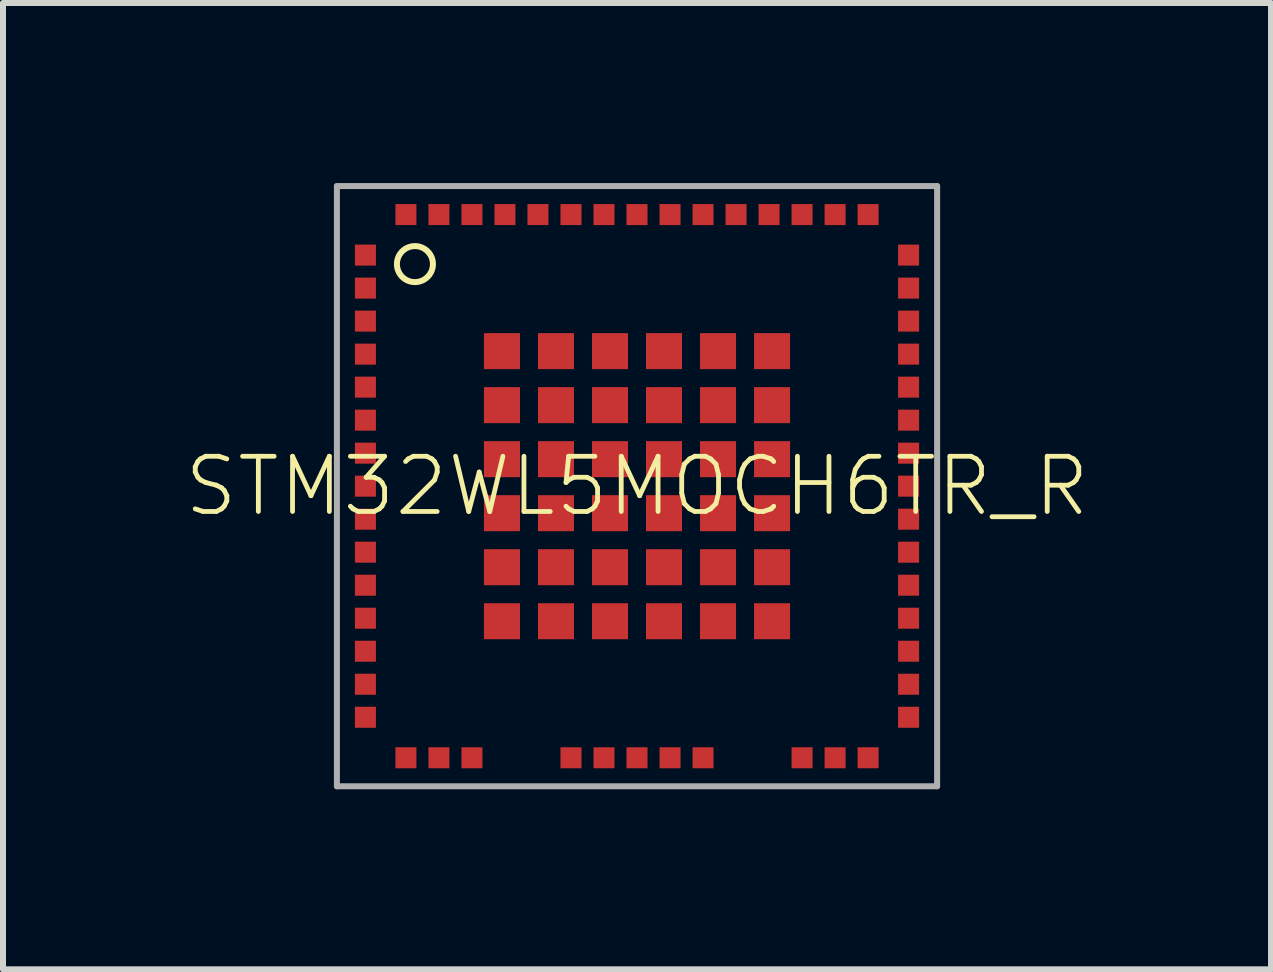
<source format=kicad_pcb>
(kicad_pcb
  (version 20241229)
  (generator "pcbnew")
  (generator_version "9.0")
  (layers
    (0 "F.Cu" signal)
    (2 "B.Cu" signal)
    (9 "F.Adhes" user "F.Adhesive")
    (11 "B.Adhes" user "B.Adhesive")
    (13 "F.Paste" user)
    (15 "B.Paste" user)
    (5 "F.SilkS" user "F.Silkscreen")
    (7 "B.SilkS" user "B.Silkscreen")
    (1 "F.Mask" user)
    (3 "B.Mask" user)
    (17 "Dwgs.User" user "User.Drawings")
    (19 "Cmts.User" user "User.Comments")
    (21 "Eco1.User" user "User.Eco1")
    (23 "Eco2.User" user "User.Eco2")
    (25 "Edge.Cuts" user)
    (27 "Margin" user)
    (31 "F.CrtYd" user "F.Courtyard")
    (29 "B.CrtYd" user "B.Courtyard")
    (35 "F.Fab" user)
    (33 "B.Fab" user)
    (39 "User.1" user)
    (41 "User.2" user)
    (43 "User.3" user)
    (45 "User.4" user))
  (footprint "STM32WL5MOCH6TR_R"
    (layer "F.Cu")
    (at 7.563 5.05)
    (property "Reference" "STM32WL5MOCH6TR_R" (at 0 0 0) (unlocked yes) (layer "F.SilkS") (effects (font (size 0.92 0.92) (thickness 0.08))))
    (fp_circle (center -3.7 -3.7) (end -3.4 -3.7) (stroke (width 0.1) (type solid)) (fill no) (layer "F.SilkS"))
    (fp_poly (pts (xy -4.35 -3.675) (xy -4.7 -3.675) (xy -4.7 -4.025) (xy -4.35 -4.025)) (stroke (width 0) (type default)) (fill yes) (layer "F.Paste"))
    (fp_poly (pts (xy -4.35 -3.125) (xy -4.7 -3.125) (xy -4.7 -3.475) (xy -4.35 -3.475)) (stroke (width 0) (type default)) (fill yes) (layer "F.Paste"))
    (fp_poly (pts (xy -4.35 -2.575) (xy -4.7 -2.575) (xy -4.7 -2.925) (xy -4.35 -2.925)) (stroke (width 0) (type default)) (fill yes) (layer "F.Paste"))
    (fp_poly (pts (xy -4.35 -2.025) (xy -4.7 -2.025) (xy -4.7 -2.375) (xy -4.35 -2.375)) (stroke (width 0) (type default)) (fill yes) (layer "F.Paste"))
    (fp_poly (pts (xy -4.35 -1.475) (xy -4.7 -1.475) (xy -4.7 -1.825) (xy -4.35 -1.825)) (stroke (width 0) (type default)) (fill yes) (layer "F.Paste"))
    (fp_poly (pts (xy -4.35 -0.925) (xy -4.7 -0.925) (xy -4.7 -1.275) (xy -4.35 -1.275)) (stroke (width 0) (type default)) (fill yes) (layer "F.Paste"))
    (fp_poly (pts (xy -4.35 -0.375) (xy -4.7 -0.375) (xy -4.7 -0.725) (xy -4.35 -0.725)) (stroke (width 0) (type default)) (fill yes) (layer "F.Paste"))
    (fp_poly (pts (xy -4.35 0.175) (xy -4.7 0.175) (xy -4.7 -0.175) (xy -4.35 -0.175)) (stroke (width 0) (type default)) (fill yes) (layer "F.Paste"))
    (fp_poly (pts (xy -4.35 0.725) (xy -4.7 0.725) (xy -4.7 0.375) (xy -4.35 0.375)) (stroke (width 0) (type default)) (fill yes) (layer "F.Paste"))
    (fp_poly (pts (xy -4.35 1.275) (xy -4.7 1.275) (xy -4.7 0.925) (xy -4.35 0.925)) (stroke (width 0) (type default)) (fill yes) (layer "F.Paste"))
    (fp_poly (pts (xy -4.35 1.825) (xy -4.7 1.825) (xy -4.7 1.475) (xy -4.35 1.475)) (stroke (width 0) (type default)) (fill yes) (layer "F.Paste"))
    (fp_poly (pts (xy -4.35 2.375) (xy -4.7 2.375) (xy -4.7 2.025) (xy -4.35 2.025)) (stroke (width 0) (type default)) (fill yes) (layer "F.Paste"))
    (fp_poly (pts (xy -4.35 2.925) (xy -4.7 2.925) (xy -4.7 2.575) (xy -4.35 2.575)) (stroke (width 0) (type default)) (fill yes) (layer "F.Paste"))
    (fp_poly (pts (xy -4.35 3.475) (xy -4.7 3.475) (xy -4.7 3.125) (xy -4.35 3.125)) (stroke (width 0) (type default)) (fill yes) (layer "F.Paste"))
    (fp_poly (pts (xy -4.35 4.025) (xy -4.7 4.025) (xy -4.7 3.675) (xy -4.35 3.675)) (stroke (width 0) (type default)) (fill yes) (layer "F.Paste"))
    (fp_poly (pts (xy -3.675 -4.35) (xy -4.025 -4.35) (xy -4.025 -4.7) (xy -3.675 -4.7)) (stroke (width 0) (type default)) (fill yes) (layer "F.Paste"))
    (fp_poly (pts (xy -3.675 4.7) (xy -4.025 4.7) (xy -4.025 4.35) (xy -3.675 4.35)) (stroke (width 0) (type default)) (fill yes) (layer "F.Paste"))
    (fp_poly (pts (xy -3.125 -4.35) (xy -3.475 -4.35) (xy -3.475 -4.7) (xy -3.125 -4.7)) (stroke (width 0) (type default)) (fill yes) (layer "F.Paste"))
    (fp_poly (pts (xy -3.125 4.7) (xy -3.475 4.7) (xy -3.475 4.35) (xy -3.125 4.35)) (stroke (width 0) (type default)) (fill yes) (layer "F.Paste"))
    (fp_poly (pts (xy -2.575 -4.35) (xy -2.925 -4.35) (xy -2.925 -4.7) (xy -2.575 -4.7)) (stroke (width 0) (type default)) (fill yes) (layer "F.Paste"))
    (fp_poly (pts (xy -2.575 4.7) (xy -2.925 4.7) (xy -2.925 4.35) (xy -2.575 4.35)) (stroke (width 0) (type default)) (fill yes) (layer "F.Paste"))
    (fp_poly (pts (xy -2.025 -4.35) (xy -2.375 -4.35) (xy -2.375 -4.7) (xy -2.025 -4.7)) (stroke (width 0) (type default)) (fill yes) (layer "F.Paste"))
    (fp_poly (pts (xy -1.95 -1.95) (xy -2.55 -1.95) (xy -2.55 -2.55) (xy -1.95 -2.55)) (stroke (width 0) (type default)) (fill yes) (layer "F.Paste"))
    (fp_poly (pts (xy -1.95 -1.05) (xy -2.55 -1.05) (xy -2.55 -1.65) (xy -1.95 -1.65)) (stroke (width 0) (type default)) (fill yes) (layer "F.Paste"))
    (fp_poly (pts (xy -1.95 -0.15) (xy -2.55 -0.15) (xy -2.55 -0.75) (xy -1.95 -0.75)) (stroke (width 0) (type default)) (fill yes) (layer "F.Paste"))
    (fp_poly (pts (xy -1.95 0.75) (xy -2.55 0.75) (xy -2.55 0.15) (xy -1.95 0.15)) (stroke (width 0) (type default)) (fill yes) (layer "F.Paste"))
    (fp_poly (pts (xy -1.95 1.65) (xy -2.55 1.65) (xy -2.55 1.05) (xy -1.95 1.05)) (stroke (width 0) (type default)) (fill yes) (layer "F.Paste"))
    (fp_poly (pts (xy -1.95 2.55) (xy -2.55 2.55) (xy -2.55 1.95) (xy -1.95 1.95)) (stroke (width 0) (type default)) (fill yes) (layer "F.Paste"))
    (fp_poly (pts (xy -1.475 -4.35) (xy -1.825 -4.35) (xy -1.825 -4.7) (xy -1.475 -4.7)) (stroke (width 0) (type default)) (fill yes) (layer "F.Paste"))
    (fp_poly (pts (xy -1.05 -1.95) (xy -1.65 -1.95) (xy -1.65 -2.55) (xy -1.05 -2.55)) (stroke (width 0) (type default)) (fill yes) (layer "F.Paste"))
    (fp_poly (pts (xy -1.05 -1.05) (xy -1.65 -1.05) (xy -1.65 -1.65) (xy -1.05 -1.65)) (stroke (width 0) (type default)) (fill yes) (layer "F.Paste"))
    (fp_poly (pts (xy -1.05 -0.15) (xy -1.65 -0.15) (xy -1.65 -0.75) (xy -1.05 -0.75)) (stroke (width 0) (type default)) (fill yes) (layer "F.Paste"))
    (fp_poly (pts (xy -1.05 0.75) (xy -1.65 0.75) (xy -1.65 0.15) (xy -1.05 0.15)) (stroke (width 0) (type default)) (fill yes) (layer "F.Paste"))
    (fp_poly (pts (xy -1.05 1.65) (xy -1.65 1.65) (xy -1.65 1.05) (xy -1.05 1.05)) (stroke (width 0) (type default)) (fill yes) (layer "F.Paste"))
    (fp_poly (pts (xy -1.05 2.55) (xy -1.65 2.55) (xy -1.65 1.95) (xy -1.05 1.95)) (stroke (width 0) (type default)) (fill yes) (layer "F.Paste"))
    (fp_poly (pts (xy -0.925 -4.35) (xy -1.275 -4.35) (xy -1.275 -4.7) (xy -0.925 -4.7)) (stroke (width 0) (type default)) (fill yes) (layer "F.Paste"))
    (fp_poly (pts (xy -0.925 4.7) (xy -1.275 4.7) (xy -1.275 4.35) (xy -0.925 4.35)) (stroke (width 0) (type default)) (fill yes) (layer "F.Paste"))
    (fp_poly (pts (xy -0.375 -4.35) (xy -0.725 -4.35) (xy -0.725 -4.7) (xy -0.375 -4.7)) (stroke (width 0) (type default)) (fill yes) (layer "F.Paste"))
    (fp_poly (pts (xy -0.375 4.7) (xy -0.725 4.7) (xy -0.725 4.35) (xy -0.375 4.35)) (stroke (width 0) (type default)) (fill yes) (layer "F.Paste"))
    (fp_poly (pts (xy -0.15 -1.95) (xy -0.75 -1.95) (xy -0.75 -2.55) (xy -0.15 -2.55)) (stroke (width 0) (type default)) (fill yes) (layer "F.Paste"))
    (fp_poly (pts (xy -0.15 -1.05) (xy -0.75 -1.05) (xy -0.75 -1.65) (xy -0.15 -1.65)) (stroke (width 0) (type default)) (fill yes) (layer "F.Paste"))
    (fp_poly (pts (xy -0.15 -0.15) (xy -0.75 -0.15) (xy -0.75 -0.75) (xy -0.15 -0.75)) (stroke (width 0) (type default)) (fill yes) (layer "F.Paste"))
    (fp_poly (pts (xy -0.15 0.75) (xy -0.75 0.75) (xy -0.75 0.15) (xy -0.15 0.15)) (stroke (width 0) (type default)) (fill yes) (layer "F.Paste"))
    (fp_poly (pts (xy -0.15 1.65) (xy -0.75 1.65) (xy -0.75 1.05) (xy -0.15 1.05)) (stroke (width 0) (type default)) (fill yes) (layer "F.Paste"))
    (fp_poly (pts (xy -0.15 2.55) (xy -0.75 2.55) (xy -0.75 1.95) (xy -0.15 1.95)) (stroke (width 0) (type default)) (fill yes) (layer "F.Paste"))
    (fp_poly (pts (xy 0.175 -4.35) (xy -0.175 -4.35) (xy -0.175 -4.7) (xy 0.175 -4.7)) (stroke (width 0) (type default)) (fill yes) (layer "F.Paste"))
    (fp_poly (pts (xy 0.175 4.7) (xy -0.175 4.7) (xy -0.175 4.35) (xy 0.175 4.35)) (stroke (width 0) (type default)) (fill yes) (layer "F.Paste"))
    (fp_poly (pts (xy 0.725 -4.35) (xy 0.375 -4.35) (xy 0.375 -4.7) (xy 0.725 -4.7)) (stroke (width 0) (type default)) (fill yes) (layer "F.Paste"))
    (fp_poly (pts (xy 0.725 4.7) (xy 0.375 4.7) (xy 0.375 4.35) (xy 0.725 4.35)) (stroke (width 0) (type default)) (fill yes) (layer "F.Paste"))
    (fp_poly (pts (xy 0.75 -1.95) (xy 0.15 -1.95) (xy 0.15 -2.55) (xy 0.75 -2.55)) (stroke (width 0) (type default)) (fill yes) (layer "F.Paste"))
    (fp_poly (pts (xy 0.75 -1.05) (xy 0.15 -1.05) (xy 0.15 -1.65) (xy 0.75 -1.65)) (stroke (width 0) (type default)) (fill yes) (layer "F.Paste"))
    (fp_poly (pts (xy 0.75 -0.15) (xy 0.15 -0.15) (xy 0.15 -0.75) (xy 0.75 -0.75)) (stroke (width 0) (type default)) (fill yes) (layer "F.Paste"))
    (fp_poly (pts (xy 0.75 0.75) (xy 0.15 0.75) (xy 0.15 0.15) (xy 0.75 0.15)) (stroke (width 0) (type default)) (fill yes) (layer "F.Paste"))
    (fp_poly (pts (xy 0.75 1.65) (xy 0.15 1.65) (xy 0.15 1.05) (xy 0.75 1.05)) (stroke (width 0) (type default)) (fill yes) (layer "F.Paste"))
    (fp_poly (pts (xy 0.75 2.55) (xy 0.15 2.55) (xy 0.15 1.95) (xy 0.75 1.95)) (stroke (width 0) (type default)) (fill yes) (layer "F.Paste"))
    (fp_poly (pts (xy 1.275 -4.35) (xy 0.925 -4.35) (xy 0.925 -4.7) (xy 1.275 -4.7)) (stroke (width 0) (type default)) (fill yes) (layer "F.Paste"))
    (fp_poly (pts (xy 1.275 4.7) (xy 0.925 4.7) (xy 0.925 4.35) (xy 1.275 4.35)) (stroke (width 0) (type default)) (fill yes) (layer "F.Paste"))
    (fp_poly (pts (xy 1.65 -1.95) (xy 1.05 -1.95) (xy 1.05 -2.55) (xy 1.65 -2.55)) (stroke (width 0) (type default)) (fill yes) (layer "F.Paste"))
    (fp_poly (pts (xy 1.65 -1.05) (xy 1.05 -1.05) (xy 1.05 -1.65) (xy 1.65 -1.65)) (stroke (width 0) (type default)) (fill yes) (layer "F.Paste"))
    (fp_poly (pts (xy 1.65 -0.15) (xy 1.05 -0.15) (xy 1.05 -0.75) (xy 1.65 -0.75)) (stroke (width 0) (type default)) (fill yes) (layer "F.Paste"))
    (fp_poly (pts (xy 1.65 0.75) (xy 1.05 0.75) (xy 1.05 0.15) (xy 1.65 0.15)) (stroke (width 0) (type default)) (fill yes) (layer "F.Paste"))
    (fp_poly (pts (xy 1.65 1.65) (xy 1.05 1.65) (xy 1.05 1.05) (xy 1.65 1.05)) (stroke (width 0) (type default)) (fill yes) (layer "F.Paste"))
    (fp_poly (pts (xy 1.65 2.55) (xy 1.05 2.55) (xy 1.05 1.95) (xy 1.65 1.95)) (stroke (width 0) (type default)) (fill yes) (layer "F.Paste"))
    (fp_poly (pts (xy 1.825 -4.35) (xy 1.475 -4.35) (xy 1.475 -4.7) (xy 1.825 -4.7)) (stroke (width 0) (type default)) (fill yes) (layer "F.Paste"))
    (fp_poly (pts (xy 2.375 -4.35) (xy 2.025 -4.35) (xy 2.025 -4.7) (xy 2.375 -4.7)) (stroke (width 0) (type default)) (fill yes) (layer "F.Paste"))
    (fp_poly (pts (xy 2.55 -1.95) (xy 1.95 -1.95) (xy 1.95 -2.55) (xy 2.55 -2.55)) (stroke (width 0) (type default)) (fill yes) (layer "F.Paste"))
    (fp_poly (pts (xy 2.55 -1.05) (xy 1.95 -1.05) (xy 1.95 -1.65) (xy 2.55 -1.65)) (stroke (width 0) (type default)) (fill yes) (layer "F.Paste"))
    (fp_poly (pts (xy 2.55 -0.15) (xy 1.95 -0.15) (xy 1.95 -0.75) (xy 2.55 -0.75)) (stroke (width 0) (type default)) (fill yes) (layer "F.Paste"))
    (fp_poly (pts (xy 2.55 0.75) (xy 1.95 0.75) (xy 1.95 0.15) (xy 2.55 0.15)) (stroke (width 0) (type default)) (fill yes) (layer "F.Paste"))
    (fp_poly (pts (xy 2.55 1.65) (xy 1.95 1.65) (xy 1.95 1.05) (xy 2.55 1.05)) (stroke (width 0) (type default)) (fill yes) (layer "F.Paste"))
    (fp_poly (pts (xy 2.55 2.55) (xy 1.95 2.55) (xy 1.95 1.95) (xy 2.55 1.95)) (stroke (width 0) (type default)) (fill yes) (layer "F.Paste"))
    (fp_poly (pts (xy 2.925 -4.35) (xy 2.575 -4.35) (xy 2.575 -4.7) (xy 2.925 -4.7)) (stroke (width 0) (type default)) (fill yes) (layer "F.Paste"))
    (fp_poly (pts (xy 2.925 4.7) (xy 2.575 4.7) (xy 2.575 4.35) (xy 2.925 4.35)) (stroke (width 0) (type default)) (fill yes) (layer "F.Paste"))
    (fp_poly (pts (xy 3.475 -4.35) (xy 3.125 -4.35) (xy 3.125 -4.7) (xy 3.475 -4.7)) (stroke (width 0) (type default)) (fill yes) (layer "F.Paste"))
    (fp_poly (pts (xy 3.475 4.7) (xy 3.125 4.7) (xy 3.125 4.35) (xy 3.475 4.35)) (stroke (width 0) (type default)) (fill yes) (layer "F.Paste"))
    (fp_poly (pts (xy 4.025 -4.35) (xy 3.675 -4.35) (xy 3.675 -4.7) (xy 4.025 -4.7)) (stroke (width 0) (type default)) (fill yes) (layer "F.Paste"))
    (fp_poly (pts (xy 4.025 4.7) (xy 3.675 4.7) (xy 3.675 4.35) (xy 4.025 4.35)) (stroke (width 0) (type default)) (fill yes) (layer "F.Paste"))
    (fp_poly (pts (xy 4.7 -3.675) (xy 4.35 -3.675) (xy 4.35 -4.025) (xy 4.7 -4.025)) (stroke (width 0) (type default)) (fill yes) (layer "F.Paste"))
    (fp_poly (pts (xy 4.7 -3.125) (xy 4.35 -3.125) (xy 4.35 -3.475) (xy 4.7 -3.475)) (stroke (width 0) (type default)) (fill yes) (layer "F.Paste"))
    (fp_poly (pts (xy 4.7 -2.575) (xy 4.35 -2.575) (xy 4.35 -2.925) (xy 4.7 -2.925)) (stroke (width 0) (type default)) (fill yes) (layer "F.Paste"))
    (fp_poly (pts (xy 4.7 -2.025) (xy 4.35 -2.025) (xy 4.35 -2.375) (xy 4.7 -2.375)) (stroke (width 0) (type default)) (fill yes) (layer "F.Paste"))
    (fp_poly (pts (xy 4.7 -1.475) (xy 4.35 -1.475) (xy 4.35 -1.825) (xy 4.7 -1.825)) (stroke (width 0) (type default)) (fill yes) (layer "F.Paste"))
    (fp_poly (pts (xy 4.7 -0.925) (xy 4.35 -0.925) (xy 4.35 -1.275) (xy 4.7 -1.275)) (stroke (width 0) (type default)) (fill yes) (layer "F.Paste"))
    (fp_poly (pts (xy 4.7 -0.375) (xy 4.35 -0.375) (xy 4.35 -0.725) (xy 4.7 -0.725)) (stroke (width 0) (type default)) (fill yes) (layer "F.Paste"))
    (fp_poly (pts (xy 4.7 0.175) (xy 4.35 0.175) (xy 4.35 -0.175) (xy 4.7 -0.175)) (stroke (width 0) (type default)) (fill yes) (layer "F.Paste"))
    (fp_poly (pts (xy 4.7 0.725) (xy 4.35 0.725) (xy 4.35 0.375) (xy 4.7 0.375)) (stroke (width 0) (type default)) (fill yes) (layer "F.Paste"))
    (fp_poly (pts (xy 4.7 1.275) (xy 4.35 1.275) (xy 4.35 0.925) (xy 4.7 0.925)) (stroke (width 0) (type default)) (fill yes) (layer "F.Paste"))
    (fp_poly (pts (xy 4.7 1.825) (xy 4.35 1.825) (xy 4.35 1.475) (xy 4.7 1.475)) (stroke (width 0) (type default)) (fill yes) (layer "F.Paste"))
    (fp_poly (pts (xy 4.7 2.375) (xy 4.35 2.375) (xy 4.35 2.025) (xy 4.7 2.025)) (stroke (width 0) (type default)) (fill yes) (layer "F.Paste"))
    (fp_poly (pts (xy 4.7 2.925) (xy 4.35 2.925) (xy 4.35 2.575) (xy 4.7 2.575)) (stroke (width 0) (type default)) (fill yes) (layer "F.Paste"))
    (fp_poly (pts (xy 4.7 3.475) (xy 4.35 3.475) (xy 4.35 3.125) (xy 4.7 3.125)) (stroke (width 0) (type default)) (fill yes) (layer "F.Paste"))
    (fp_poly (pts (xy 4.7 4.025) (xy 4.35 4.025) (xy 4.35 3.675) (xy 4.7 3.675)) (stroke (width 0) (type default)) (fill yes) (layer "F.Paste"))
    (fp_line (start -5 -5) (end -5 5) (stroke (width 0.1) (type solid)) (layer "F.Fab"))
    (fp_line (start -5 5) (end 5 5) (stroke (width 0.1) (type solid)) (layer "F.Fab"))
    (fp_line (start 5 -5) (end -5 -5) (stroke (width 0.1) (type solid)) (layer "F.Fab"))
    (fp_line (start 5 5) (end 5 -5) (stroke (width 0.1) (type solid)) (layer "F.Fab"))
    (pad "1" smd rect (at -4.525 -3.85) (size 0.35 0.35) (layers "F.Cu" "F.Mask"))
    (pad "2" smd rect (at -4.525 -3.3) (size 0.35 0.35) (layers "F.Cu" "F.Mask"))
    (pad "3" smd rect (at -4.525 -2.75) (size 0.35 0.35) (layers "F.Cu" "F.Mask"))
    (pad "4" smd rect (at -4.525 -2.2) (size 0.35 0.35) (layers "F.Cu" "F.Mask"))
    (pad "5" smd rect (at -4.525 -1.65) (size 0.35 0.35) (layers "F.Cu" "F.Mask"))
    (pad "6" smd rect (at -4.525 -1.1) (size 0.35 0.35) (layers "F.Cu" "F.Mask"))
    (pad "7" smd rect (at -4.525 -0.55) (size 0.35 0.35) (layers "F.Cu" "F.Mask"))
    (pad "8" smd rect (at -4.525 0) (size 0.35 0.35) (layers "F.Cu" "F.Mask"))
    (pad "9" smd rect (at -4.525 0.55) (size 0.35 0.35) (layers "F.Cu" "F.Mask"))
    (pad "10" smd rect (at -4.525 1.1) (size 0.35 0.35) (layers "F.Cu" "F.Mask"))
    (pad "11" smd rect (at -4.525 1.65) (size 0.35 0.35) (layers "F.Cu" "F.Mask"))
    (pad "12" smd rect (at -4.525 2.2) (size 0.35 0.35) (layers "F.Cu" "F.Mask"))
    (pad "13" smd rect (at -4.525 2.75) (size 0.35 0.35) (layers "F.Cu" "F.Mask"))
    (pad "14" smd rect (at -4.525 3.3) (size 0.35 0.35) (layers "F.Cu" "F.Mask"))
    (pad "15" smd rect (at -4.525 3.85) (size 0.35 0.35) (layers "F.Cu" "F.Mask"))
    (pad "16" smd rect (at -3.85 4.525) (size 0.35 0.35) (layers "F.Cu" "F.Mask"))
    (pad "17" smd rect (at -3.3 4.525) (size 0.35 0.35) (layers "F.Cu" "F.Mask"))
    (pad "18" smd rect (at -2.75 4.525) (size 0.35 0.35) (layers "F.Cu" "F.Mask"))
    (pad "19" smd rect (at -1.1 4.525) (size 0.35 0.35) (layers "F.Cu" "F.Mask"))
    (pad "20" smd rect (at -0.55 4.525) (size 0.35 0.35) (layers "F.Cu" "F.Mask"))
    (pad "21" smd rect (at 0 4.525) (size 0.35 0.35) (layers "F.Cu" "F.Mask"))
    (pad "22" smd rect (at 0.55 4.525) (size 0.35 0.35) (layers "F.Cu" "F.Mask"))
    (pad "23" smd rect (at 1.1 4.525) (size 0.35 0.35) (layers "F.Cu" "F.Mask"))
    (pad "24" smd rect (at 2.75 4.525) (size 0.35 0.35) (layers "F.Cu" "F.Mask"))
    (pad "25" smd rect (at 3.3 4.525) (size 0.35 0.35) (layers "F.Cu" "F.Mask"))
    (pad "26" smd rect (at 3.85 4.525) (size 0.35 0.35) (layers "F.Cu" "F.Mask"))
    (pad "27" smd rect (at 4.525 3.85) (size 0.35 0.35) (layers "F.Cu" "F.Mask"))
    (pad "28" smd rect (at 4.525 3.3) (size 0.35 0.35) (layers "F.Cu" "F.Mask"))
    (pad "29" smd rect (at 4.525 2.75) (size 0.35 0.35) (layers "F.Cu" "F.Mask"))
    (pad "30" smd rect (at 4.525 2.2) (size 0.35 0.35) (layers "F.Cu" "F.Mask"))
    (pad "31" smd rect (at 4.525 1.65) (size 0.35 0.35) (layers "F.Cu" "F.Mask"))
    (pad "32" smd rect (at 4.525 1.1) (size 0.35 0.35) (layers "F.Cu" "F.Mask"))
    (pad "33" smd rect (at 4.525 0.55) (size 0.35 0.35) (layers "F.Cu" "F.Mask"))
    (pad "34" smd rect (at 4.525 0) (size 0.35 0.35) (layers "F.Cu" "F.Mask"))
    (pad "35" smd rect (at 4.525 -0.55) (size 0.35 0.35) (layers "F.Cu" "F.Mask"))
    (pad "36" smd rect (at 4.525 -1.1) (size 0.35 0.35) (layers "F.Cu" "F.Mask"))
    (pad "37" smd rect (at 4.525 -1.65) (size 0.35 0.35) (layers "F.Cu" "F.Mask"))
    (pad "38" smd rect (at 4.525 -2.2) (size 0.35 0.35) (layers "F.Cu" "F.Mask"))
    (pad "39" smd rect (at 4.525 -2.75) (size 0.35 0.35) (layers "F.Cu" "F.Mask"))
    (pad "40" smd rect (at 4.525 -3.3) (size 0.35 0.35) (layers "F.Cu" "F.Mask"))
    (pad "41" smd rect (at 4.525 -3.85) (size 0.35 0.35) (layers "F.Cu" "F.Mask"))
    (pad "42" smd rect (at 3.85 -4.525) (size 0.35 0.35) (layers "F.Cu" "F.Mask"))
    (pad "43" smd rect (at 3.3 -4.525) (size 0.35 0.35) (layers "F.Cu" "F.Mask"))
    (pad "44" smd rect (at 2.75 -4.525) (size 0.35 0.35) (layers "F.Cu" "F.Mask"))
    (pad "45" smd rect (at 2.2 -4.525) (size 0.35 0.35) (layers "F.Cu" "F.Mask"))
    (pad "46" smd rect (at 1.65 -4.525) (size 0.35 0.35) (layers "F.Cu" "F.Mask"))
    (pad "47" smd rect (at 1.1 -4.525) (size 0.35 0.35) (layers "F.Cu" "F.Mask"))
    (pad "48" smd rect (at 0.55 -4.525) (size 0.35 0.35) (layers "F.Cu" "F.Mask"))
    (pad "49" smd rect (at 0 -4.525) (size 0.35 0.35) (layers "F.Cu" "F.Mask"))
    (pad "50" smd rect (at -0.55 -4.525) (size 0.35 0.35) (layers "F.Cu" "F.Mask"))
    (pad "51" smd rect (at -1.1 -4.525) (size 0.35 0.35) (layers "F.Cu" "F.Mask"))
    (pad "52" smd rect (at -1.65 -4.525) (size 0.35 0.35) (layers "F.Cu" "F.Mask"))
    (pad "53" smd rect (at -2.2 -4.525) (size 0.35 0.35) (layers "F.Cu" "F.Mask"))
    (pad "54" smd rect (at -2.75 -4.525) (size 0.35 0.35) (layers "F.Cu" "F.Mask"))
    (pad "55" smd rect (at -3.3 -4.525) (size 0.35 0.35) (layers "F.Cu" "F.Mask"))
    (pad "56" smd rect (at -3.85 -4.525) (size 0.35 0.35) (layers "F.Cu" "F.Mask"))
    (pad "57" smd rect (at -2.25 -2.25) (size 0.6 0.6) (layers "F.Cu" "F.Mask"))
    (pad "58" smd rect (at -2.25 -1.35) (size 0.6 0.6) (layers "F.Cu" "F.Mask"))
    (pad "59" smd rect (at -2.25 -0.45) (size 0.6 0.6) (layers "F.Cu" "F.Mask"))
    (pad "60" smd rect (at -2.25 0.45) (size 0.6 0.6) (layers "F.Cu" "F.Mask"))
    (pad "61" smd rect (at -2.25 1.35) (size 0.6 0.6) (layers "F.Cu" "F.Mask"))
    (pad "62" smd rect (at -2.25 2.25) (size 0.6 0.6) (layers "F.Cu" "F.Mask"))
    (pad "63" smd rect (at -1.35 2.25) (size 0.6 0.6) (layers "F.Cu" "F.Mask"))
    (pad "64" smd rect (at -0.45 2.25) (size 0.6 0.6) (layers "F.Cu" "F.Mask"))
    (pad "65" smd rect (at 0.45 2.25) (size 0.6 0.6) (layers "F.Cu" "F.Mask"))
    (pad "66" smd rect (at 1.35 2.25) (size 0.6 0.6) (layers "F.Cu" "F.Mask"))
    (pad "67" smd rect (at 2.25 2.25) (size 0.6 0.6) (layers "F.Cu" "F.Mask"))
    (pad "68" smd rect (at 2.25 1.35) (size 0.6 0.6) (layers "F.Cu" "F.Mask"))
    (pad "69" smd rect (at 2.25 0.45) (size 0.6 0.6) (layers "F.Cu" "F.Mask"))
    (pad "70" smd rect (at 2.25 -0.45) (size 0.6 0.6) (layers "F.Cu" "F.Mask"))
    (pad "71" smd rect (at 2.25 -1.35) (size 0.6 0.6) (layers "F.Cu" "F.Mask"))
    (pad "72" smd rect (at 2.25 -2.25) (size 0.6 0.6) (layers "F.Cu" "F.Mask"))
    (pad "73" smd rect (at 1.35 -2.25) (size 0.6 0.6) (layers "F.Cu" "F.Mask"))
    (pad "74" smd rect (at 0.45 -2.25) (size 0.6 0.6) (layers "F.Cu" "F.Mask"))
    (pad "75" smd rect (at -0.45 -2.25) (size 0.6 0.6) (layers "F.Cu" "F.Mask"))
    (pad "76" smd rect (at -1.35 -2.25) (size 0.6 0.6) (layers "F.Cu" "F.Mask"))
    (pad "77" smd rect (at -1.35 -1.35) (size 0.6 0.6) (layers "F.Cu" "F.Mask"))
    (pad "78" smd rect (at -1.35 -0.45) (size 0.6 0.6) (layers "F.Cu" "F.Mask"))
    (pad "79" smd rect (at -1.35 0.45) (size 0.6 0.6) (layers "F.Cu" "F.Mask"))
    (pad "80" smd rect (at -1.35 1.35) (size 0.6 0.6) (layers "F.Cu" "F.Mask"))
    (pad "81" smd rect (at -0.45 1.35) (size 0.6 0.6) (layers "F.Cu" "F.Mask"))
    (pad "82" smd rect (at 0.45 1.35) (size 0.6 0.6) (layers "F.Cu" "F.Mask"))
    (pad "83" smd rect (at 1.35 1.35) (size 0.6 0.6) (layers "F.Cu" "F.Mask"))
    (pad "84" smd rect (at 1.35 0.45) (size 0.6 0.6) (layers "F.Cu" "F.Mask"))
    (pad "85" smd rect (at 1.35 -0.45) (size 0.6 0.6) (layers "F.Cu" "F.Mask"))
    (pad "86" smd rect (at 1.35 -1.35) (size 0.6 0.6) (layers "F.Cu" "F.Mask"))
    (pad "87" smd rect (at 0.45 -1.35) (size 0.6 0.6) (layers "F.Cu" "F.Mask"))
    (pad "88" smd rect (at -0.45 -1.35) (size 0.6 0.6) (layers "F.Cu" "F.Mask"))
    (pad "89" smd rect (at -0.45 -0.45) (size 0.6 0.6) (layers "F.Cu" "F.Mask"))
    (pad "90" smd rect (at -0.45 0.45) (size 0.6 0.6) (layers "F.Cu" "F.Mask"))
    (pad "91" smd rect (at 0.45 0.45) (size 0.6 0.6) (layers "F.Cu" "F.Mask"))
    (pad "92" smd rect (at 0.45 -0.45) (size 0.6 0.6) (layers "F.Cu" "F.Mask")))
  (gr_rect
    (start -3 -3)
    (end 18.126 13.1)
    (stroke (width 0.1) (type default))
    (fill no)
    (layer "Edge.Cuts")))
</source>
